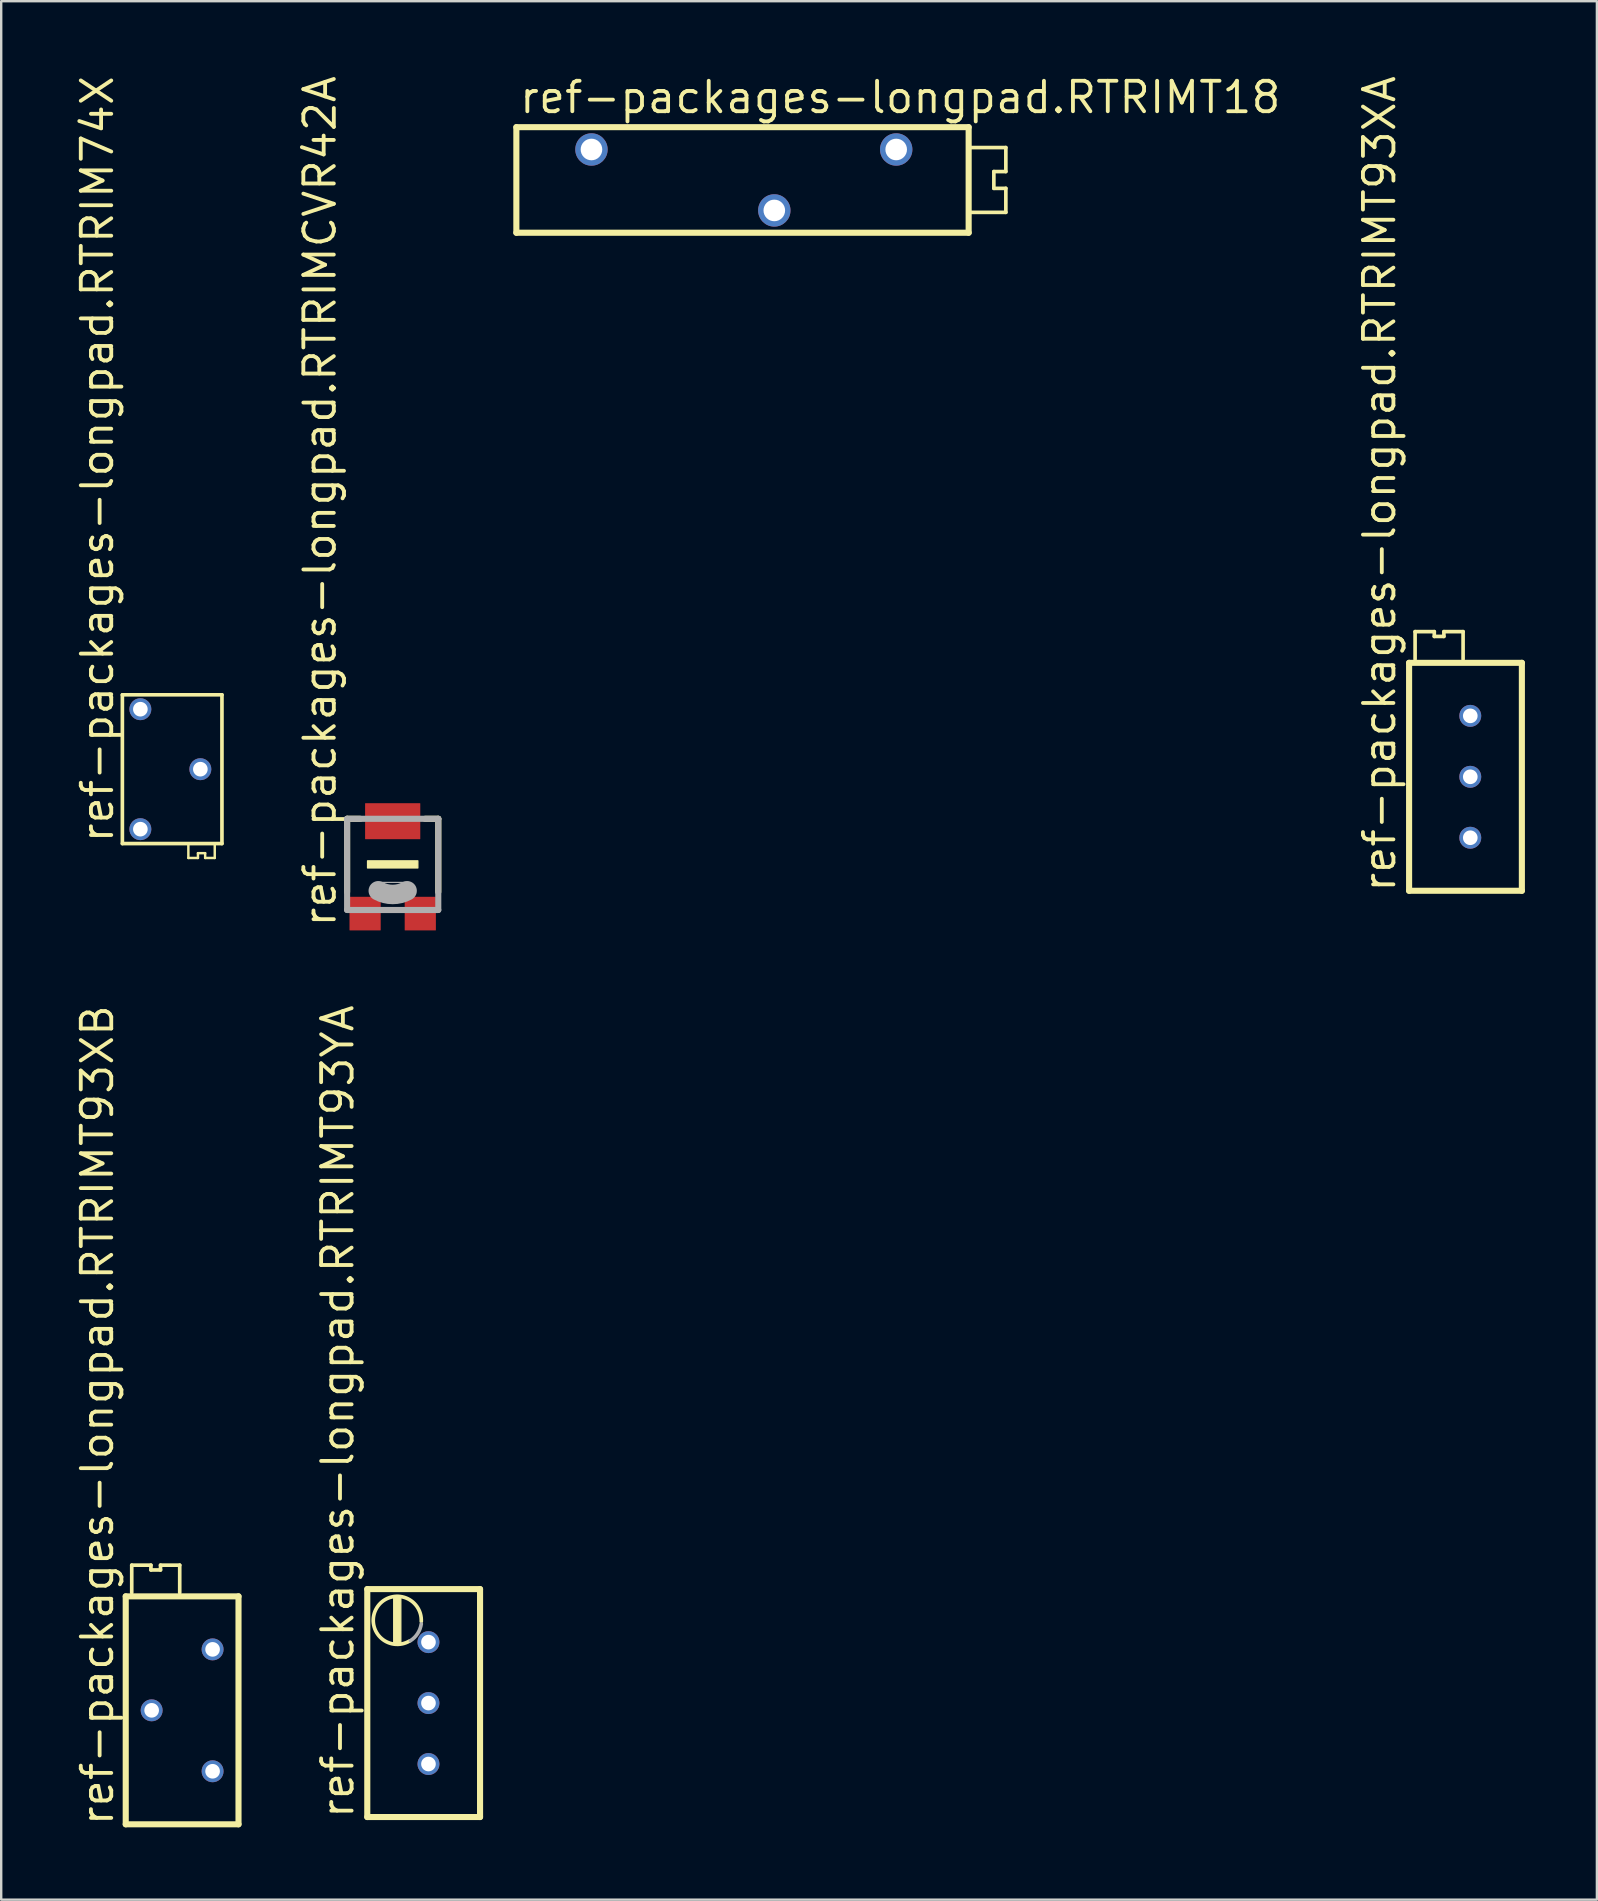
<source format=kicad_pcb>
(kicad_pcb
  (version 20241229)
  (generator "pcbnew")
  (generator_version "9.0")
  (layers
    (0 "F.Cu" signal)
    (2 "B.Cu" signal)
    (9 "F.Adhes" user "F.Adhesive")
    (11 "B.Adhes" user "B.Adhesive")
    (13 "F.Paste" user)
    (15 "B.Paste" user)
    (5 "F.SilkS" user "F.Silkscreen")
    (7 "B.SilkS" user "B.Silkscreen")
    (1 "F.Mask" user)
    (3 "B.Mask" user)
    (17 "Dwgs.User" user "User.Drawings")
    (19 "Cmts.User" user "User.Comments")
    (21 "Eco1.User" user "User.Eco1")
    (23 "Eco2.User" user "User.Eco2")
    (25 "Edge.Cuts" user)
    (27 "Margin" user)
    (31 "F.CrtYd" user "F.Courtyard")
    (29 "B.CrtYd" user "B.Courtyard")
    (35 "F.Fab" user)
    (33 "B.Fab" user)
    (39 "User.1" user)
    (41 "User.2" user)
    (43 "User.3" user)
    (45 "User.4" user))
  (footprint "ref-packages-longpad.RTRIMT93XB"
    (layer "F.Cu")
    (at 4.54 68.23)
    (property "Reference" "ref-packages-longpad.RTRIMT93XB" (at -2.79 4.89 90) (layer "F.SilkS") (effects (font (size 1.27 1.27) (thickness 0.16)) (justify left bottom)))
    (attr through_hole)
    (fp_line (start -2.35 -4.75) (end -2.35 4.75) (stroke (width 0.254) (type default)) (layer "F.SilkS"))
    (fp_line (start -2.35 4.75) (end 2.35 4.75) (stroke (width 0.254) (type default)) (layer "F.SilkS"))
    (fp_line (start -2.1 -6.05) (end -2.1 -4.9) (stroke (width 0.152) (type default)) (layer "F.SilkS"))
    (fp_line (start -1.3 -6.05) (end -2.1 -6.05) (stroke (width 0.152) (type default)) (layer "F.SilkS"))
    (fp_line (start -1.3 -5.85) (end -1.3 -6.05) (stroke (width 0.152) (type default)) (layer "F.SilkS"))
    (fp_line (start -0.9 -6.05) (end -0.9 -5.85) (stroke (width 0.152) (type default)) (layer "F.SilkS"))
    (fp_line (start -0.9 -5.85) (end -1.3 -5.85) (stroke (width 0.152) (type default)) (layer "F.SilkS"))
    (fp_line (start -0.1 -6.05) (end -0.9 -6.05) (stroke (width 0.152) (type default)) (layer "F.SilkS"))
    (fp_line (start -0.1 -4.9) (end -0.1 -6.05) (stroke (width 0.152) (type default)) (layer "F.SilkS"))
    (fp_line (start 2.35 -4.75) (end -2.35 -4.75) (stroke (width 0.254) (type default)) (layer "F.SilkS"))
    (fp_line (start 2.35 4.75) (end 2.35 -4.75) (stroke (width 0.254) (type default)) (layer "F.SilkS"))
    (pad "1" thru_hole circle (at 1.27 2.54) (size 0.914 0.914) (drill 0.61) (layers "*.Cu" "*.Mask"))
    (pad "2" thru_hole circle (at -1.27 0) (size 0.914 0.914) (drill 0.61) (layers "*.Cu" "*.Mask"))
    (pad "3" thru_hole circle (at 1.27 -2.54) (size 0.914 0.914) (drill 0.61) (layers "*.Cu" "*.Mask")))
  (footprint "ref-packages-longpad.RTRIM74X"
    (layer "F.Cu")
    (at 4.05 29.007)
    (property "Reference" "ref-packages-longpad.RTRIM74X" (at -2.3 3.15 90) (layer "F.SilkS") (effects (font (size 1.27 1.27) (thickness 0.16)) (justify left bottom)))
    (attr through_hole)
    (fp_line (start -2 -3.1) (end -2 3.1) (stroke (width 0.152) (type default)) (layer "F.SilkS"))
    (fp_line (start -2 3.1) (end 2.15 3.1) (stroke (width 0.152) (type default)) (layer "F.SilkS"))
    (fp_line (start 0.75 3.15) (end 0.75 3.7) (stroke (width 0.102) (type default)) (layer "F.SilkS"))
    (fp_line (start 0.75 3.7) (end 1.15 3.7) (stroke (width 0.102) (type default)) (layer "F.SilkS"))
    (fp_line (start 1.15 3.5) (end 1.45 3.5) (stroke (width 0.102) (type default)) (layer "F.SilkS"))
    (fp_line (start 1.15 3.7) (end 1.15 3.5) (stroke (width 0.102) (type default)) (layer "F.SilkS"))
    (fp_line (start 1.45 3.5) (end 1.45 3.7) (stroke (width 0.102) (type default)) (layer "F.SilkS"))
    (fp_line (start 1.45 3.7) (end 1.85 3.7) (stroke (width 0.102) (type default)) (layer "F.SilkS"))
    (fp_line (start 1.85 3.7) (end 1.85 3.15) (stroke (width 0.102) (type default)) (layer "F.SilkS"))
    (fp_line (start 2.15 -3.1) (end -2 -3.1) (stroke (width 0.152) (type default)) (layer "F.SilkS"))
    (fp_line (start 2.15 3.1) (end 2.15 -3.1) (stroke (width 0.152) (type default)) (layer "F.SilkS"))
    (pad "1" thru_hole circle (at -1.25 2.5) (size 0.914 0.914) (drill 0.61) (layers "*.Cu" "*.Mask"))
    (pad "2" thru_hole circle (at 1.25 0) (size 0.914 0.914) (drill 0.61) (layers "*.Cu" "*.Mask"))
    (pad "3" thru_hole circle (at -1.25 -2.5) (size 0.914 0.914) (drill 0.61) (layers "*.Cu" "*.Mask")))
  (footprint "ref-packages-longpad.RTRIMCVR42A"
    (layer "F.Cu")
    (at 13.316 32.975)
    (property "Reference" "ref-packages-longpad.RTRIMCVR42A" (at -2.29 2.69 90) (layer "F.SilkS") (effects (font (size 1.27 1.27) (thickness 0.16)) (justify left bottom)))
    (attr smd)
    (fp_line (start -1.9 -1.9) (end -1.35 -1.9) (stroke (width 0.254) (type default)) (layer "F.SilkS"))
    (fp_line (start -1.9 1.15) (end -1.9 -1.9) (stroke (width 0.254) (type default)) (layer "F.SilkS"))
    (fp_line (start 1.9 -1.9) (end 1.35 -1.9) (stroke (width 0.254) (type default)) (layer "F.SilkS"))
    (fp_line (start 1.9 1.15) (end 1.9 -1.9) (stroke (width 0.254) (type default)) (layer "F.SilkS"))
    (fp_rect (start -1.05 0.15) (end 1.05 -0.15) (stroke (width 0.05) (type default)) (fill yes) (layer "F.SilkS"))
    (fp_line (start -1.9 -1.9) (end -1.9 1.9) (stroke (width 0.254) (type default)) (layer "F.Fab"))
    (fp_line (start -1.9 1.9) (end 1.9 1.9) (stroke (width 0.254) (type default)) (layer "F.Fab"))
    (fp_line (start 1.9 -1.9) (end -1.9 -1.9) (stroke (width 0.254) (type default)) (layer "F.Fab"))
    (fp_line (start 1.9 1.9) (end 1.9 -1.9) (stroke (width 0.254) (type default)) (layer "F.Fab"))
    (fp_rect (start -0.65 1.15) (end 0.65 0.75) (stroke (width 0.05) (type default)) (fill no) (layer "F.Fab"))
    (fp_arc (start 0.6 1.1) (mid 0 1.252996) (end -0.6 1.1) (stroke (width 0.8128) (type default)) (layer "F.Fab"))
    (pad "1" smd roundrect (at -1.15 2.05) (size 1.3 1.4) (layers "F.Cu" "F.Mask" "F.Paste") (roundrect_rratio 0.01))
    (pad "2" smd roundrect (at 0 -1.8) (size 2.3 1.5) (layers "F.Cu" "F.Mask" "F.Paste") (roundrect_rratio 0.01))
    (pad "3" smd roundrect (at 1.15 2.05) (size 1.3 1.4) (layers "F.Cu" "F.Mask" "F.Paste") (roundrect_rratio 0.01)))
  (footprint "ref-packages-longpad.RTRIMT18"
    (layer "F.Cu")
    (at 29.22 4.45)
    (property "Reference" "ref-packages-longpad.RTRIMT18" (at -10.7 -2.7 0) (layer "F.SilkS") (effects (font (size 1.27 1.27) (thickness 0.16)) (justify left bottom)))
    (attr through_hole)
    (fp_line (start -10.75 -2.2) (end -10.75 2.2) (stroke (width 0.254) (type default)) (layer "F.SilkS"))
    (fp_line (start -10.75 2.2) (end 8.1 2.2) (stroke (width 0.254) (type default)) (layer "F.SilkS"))
    (fp_line (start 8.1 -2.2) (end -10.75 -2.2) (stroke (width 0.254) (type default)) (layer "F.SilkS"))
    (fp_line (start 8.1 2.2) (end 8.1 -2.2) (stroke (width 0.254) (type default)) (layer "F.SilkS"))
    (fp_line (start 8.2 -1.35) (end 9.65 -1.35) (stroke (width 0.152) (type default)) (layer "F.SilkS"))
    (fp_line (start 9.15 -0.35) (end 9.15 0.35) (stroke (width 0.152) (type default)) (layer "F.SilkS"))
    (fp_line (start 9.15 0.35) (end 9.65 0.35) (stroke (width 0.152) (type default)) (layer "F.SilkS"))
    (fp_line (start 9.65 -1.35) (end 9.65 -0.35) (stroke (width 0.152) (type default)) (layer "F.SilkS"))
    (fp_line (start 9.65 -0.35) (end 9.15 -0.35) (stroke (width 0.152) (type default)) (layer "F.SilkS"))
    (fp_line (start 9.65 0.35) (end 9.65 1.35) (stroke (width 0.152) (type default)) (layer "F.SilkS"))
    (fp_line (start 9.65 1.35) (end 8.2 1.35) (stroke (width 0.152) (type default)) (layer "F.SilkS"))
    (pad "1" thru_hole circle (at -7.62 -1.27) (size 1.35 1.35) (drill 0.9) (layers "*.Cu" "*.Mask"))
    (pad "2" thru_hole circle (at 0 1.27) (size 1.35 1.35) (drill 0.9) (layers "*.Cu" "*.Mask"))
    (pad "3" thru_hole circle (at 5.08 -1.27) (size 1.35 1.35) (drill 0.9) (layers "*.Cu" "*.Mask")))
  (footprint "ref-packages-longpad.RTRIMT93XA"
    (layer "F.Cu")
    (at 58.226 29.324)
    (property "Reference" "ref-packages-longpad.RTRIMT93XA" (at -3.04 4.89 90) (layer "F.SilkS") (effects (font (size 1.27 1.27) (thickness 0.16)) (justify left bottom)))
    (attr through_hole)
    (fp_line (start -2.55 -4.75) (end -2.55 4.75) (stroke (width 0.254) (type default)) (layer "F.SilkS"))
    (fp_line (start -2.55 4.75) (end 2.15 4.75) (stroke (width 0.254) (type default)) (layer "F.SilkS"))
    (fp_line (start -2.3 -6.05) (end -2.3 -4.9) (stroke (width 0.152) (type default)) (layer "F.SilkS"))
    (fp_line (start -1.5 -6.05) (end -2.3 -6.05) (stroke (width 0.152) (type default)) (layer "F.SilkS"))
    (fp_line (start -1.5 -5.85) (end -1.5 -6.05) (stroke (width 0.152) (type default)) (layer "F.SilkS"))
    (fp_line (start -1.1 -6.05) (end -1.1 -5.85) (stroke (width 0.152) (type default)) (layer "F.SilkS"))
    (fp_line (start -1.1 -5.85) (end -1.5 -5.85) (stroke (width 0.152) (type default)) (layer "F.SilkS"))
    (fp_line (start -0.3 -6.05) (end -1.1 -6.05) (stroke (width 0.152) (type default)) (layer "F.SilkS"))
    (fp_line (start -0.3 -4.9) (end -0.3 -6.05) (stroke (width 0.152) (type default)) (layer "F.SilkS"))
    (fp_line (start 2.15 -4.75) (end -2.55 -4.75) (stroke (width 0.254) (type default)) (layer "F.SilkS"))
    (fp_line (start 2.15 4.75) (end 2.15 -4.75) (stroke (width 0.254) (type default)) (layer "F.SilkS"))
    (pad "1" thru_hole circle (at 0 2.54) (size 0.914 0.914) (drill 0.61) (layers "*.Cu" "*.Mask"))
    (pad "2" thru_hole circle (at 0 0) (size 0.914 0.914) (drill 0.61) (layers "*.Cu" "*.Mask"))
    (pad "3" thru_hole circle (at 0 -2.54) (size 0.914 0.914) (drill 0.61) (layers "*.Cu" "*.Mask")))
  (footprint "ref-packages-longpad.RTRIMT93YA"
    (layer "F.Cu")
    (at 14.807 67.928)
    (property "Reference" "ref-packages-longpad.RTRIMT93YA" (at -3.04 4.89 90) (layer "F.SilkS") (effects (font (size 1.27 1.27) (thickness 0.16)) (justify left bottom)))
    (attr through_hole)
    (fp_line (start -2.55 -4.75) (end -2.55 4.75) (stroke (width 0.254) (type default)) (layer "F.SilkS"))
    (fp_line (start -2.55 4.75) (end 2.15 4.75) (stroke (width 0.254) (type default)) (layer "F.SilkS"))
    (fp_line (start 2.15 -4.75) (end -2.55 -4.75) (stroke (width 0.254) (type default)) (layer "F.SilkS"))
    (fp_line (start 2.15 4.75) (end 2.15 -4.75) (stroke (width 0.254) (type default)) (layer "F.SilkS"))
    (fp_rect (start -1.45 -2.5) (end -1.15 -4.4) (stroke (width 0.05) (type default)) (fill yes) (layer "F.SilkS"))
    (fp_arc (start -0.791598 -2.585747) (mid -2.15706 -3.965656) (end -0.3 -3.4) (stroke (width 0.1524) (type default)) (layer "F.SilkS"))
    (fp_arc (start -0.3 -3.3) (mid -0.449632 -2.901549) (end -0.75 -2.6) (stroke (width 0.1524) (type default)) (layer "F.Fab"))
    (pad "1" thru_hole circle (at 0 2.54) (size 0.914 0.914) (drill 0.61) (layers "*.Cu" "*.Mask"))
    (pad "2" thru_hole circle (at 0 0) (size 0.914 0.914) (drill 0.61) (layers "*.Cu" "*.Mask"))
    (pad "3" thru_hole circle (at 0 -2.54) (size 0.914 0.914) (drill 0.61) (layers "*.Cu" "*.Mask")))
  (gr_rect
    (start -3 -3)
    (end 63.503 76.12)
    (stroke (width 0.1) (type default))
    (fill no)
    (layer "Edge.Cuts")))
</source>
